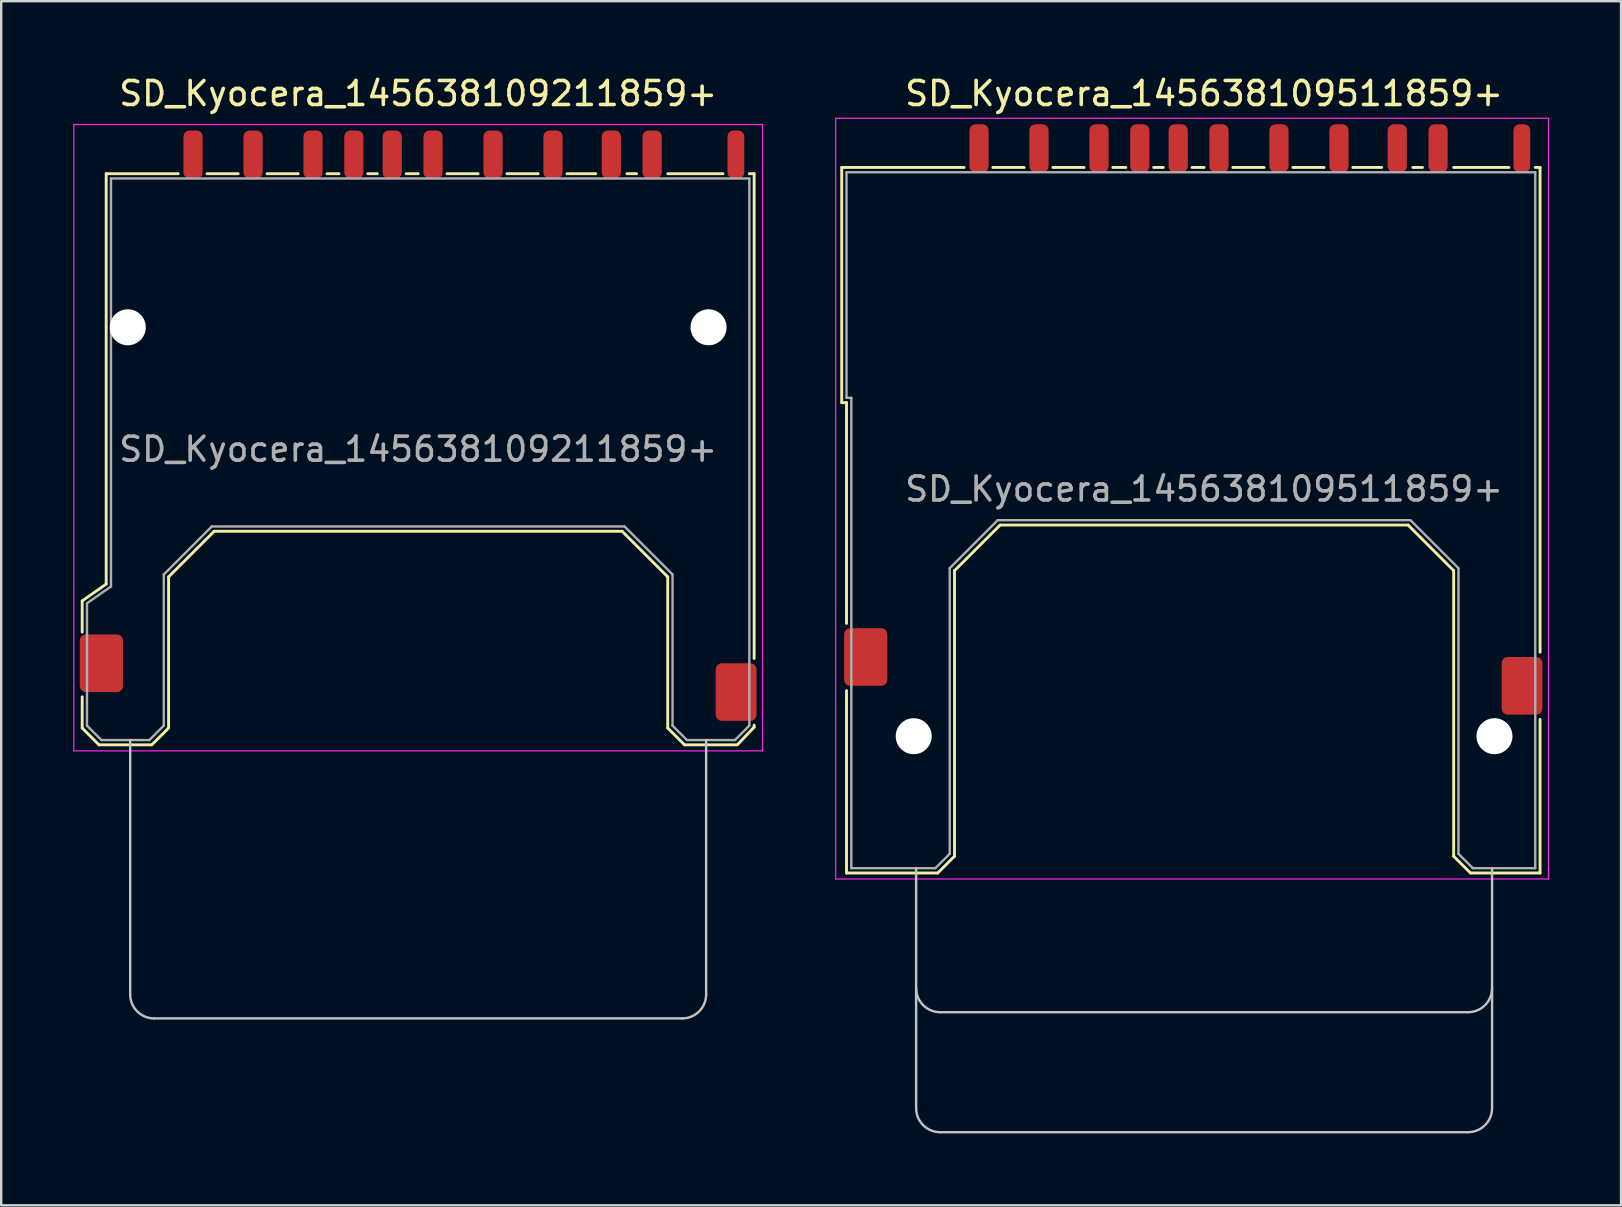
<source format=kicad_pcb>
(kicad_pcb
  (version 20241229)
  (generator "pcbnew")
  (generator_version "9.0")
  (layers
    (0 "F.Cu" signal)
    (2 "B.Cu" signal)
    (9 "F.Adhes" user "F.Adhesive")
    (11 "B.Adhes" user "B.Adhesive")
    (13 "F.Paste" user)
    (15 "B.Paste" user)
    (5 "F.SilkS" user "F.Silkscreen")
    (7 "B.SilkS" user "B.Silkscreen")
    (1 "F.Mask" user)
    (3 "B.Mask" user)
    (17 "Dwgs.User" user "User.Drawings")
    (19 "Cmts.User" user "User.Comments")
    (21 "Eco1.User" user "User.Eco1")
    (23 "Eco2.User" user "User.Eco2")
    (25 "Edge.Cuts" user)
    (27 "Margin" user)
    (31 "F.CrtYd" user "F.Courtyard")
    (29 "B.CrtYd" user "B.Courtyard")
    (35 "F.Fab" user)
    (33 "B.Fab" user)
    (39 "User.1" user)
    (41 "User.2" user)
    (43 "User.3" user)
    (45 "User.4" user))
  (footprint "SD_Kyocera_145638109211859+"
    (layer "F.Cu")
    (at 14.375 15.888)
    (property "Reference" "SD_Kyocera_145638109211859+" (at 0 -15.04 180) (layer "F.SilkS") (effects (font (size 1 1) (thickness 0.15))))
    (attr smd)
    (fp_line (start -14 6.1) (end -14 7.4) (stroke (width 0.12) (type solid)) (layer "F.SilkS"))
    (fp_line (start -14 6.1) (end -13 5.4) (stroke (width 0.12) (type solid)) (layer "F.SilkS"))
    (fp_line (start -14 10.1) (end -14 11.4) (stroke (width 0.12) (type solid)) (layer "F.SilkS"))
    (fp_line (start -13.3 12.1) (end -14 11.4) (stroke (width 0.12) (type solid)) (layer "F.SilkS"))
    (fp_line (start -13.3 12.1) (end -11.1 12.1) (stroke (width 0.12) (type solid)) (layer "F.SilkS"))
    (fp_line (start -13 -11.7) (end -10 -11.7) (stroke (width 0.12) (type solid)) (layer "F.SilkS"))
    (fp_line (start -13 5.4) (end -13 -11.7) (stroke (width 0.12) (type solid)) (layer "F.SilkS"))
    (fp_line (start -10.4 11.4) (end -11.1 12.1) (stroke (width 0.12) (type solid)) (layer "F.SilkS"))
    (fp_line (start -10.4 11.4) (end -10.4 5.1) (stroke (width 0.12) (type solid)) (layer "F.SilkS"))
    (fp_line (start -8.8 -11.7) (end -7.5 -11.7) (stroke (width 0.12) (type solid)) (layer "F.SilkS"))
    (fp_line (start -8.5 3.2) (end -10.4 5.1) (stroke (width 0.12) (type solid)) (layer "F.SilkS"))
    (fp_line (start -6.3 -11.7) (end -5 -11.7) (stroke (width 0.12) (type solid)) (layer "F.SilkS"))
    (fp_line (start -3.8 -11.7) (end -3.3 -11.7) (stroke (width 0.12) (type solid)) (layer "F.SilkS"))
    (fp_line (start -2.1 -11.7) (end -1.7 -11.7) (stroke (width 0.12) (type solid)) (layer "F.SilkS"))
    (fp_line (start -0.5 -11.7) (end 0 -11.7) (stroke (width 0.12) (type solid)) (layer "F.SilkS"))
    (fp_line (start 1.2 -11.7) (end 2.5 -11.7) (stroke (width 0.12) (type solid)) (layer "F.SilkS"))
    (fp_line (start 3.7 -11.7) (end 5 -11.7) (stroke (width 0.12) (type solid)) (layer "F.SilkS"))
    (fp_line (start 6.2 -11.7) (end 7.4 -11.7) (stroke (width 0.12) (type solid)) (layer "F.SilkS"))
    (fp_line (start 8.5 3.2) (end -8.5 3.2) (stroke (width 0.12) (type solid)) (layer "F.SilkS"))
    (fp_line (start 8.5 3.2) (end 10.4 5.1) (stroke (width 0.12) (type solid)) (layer "F.SilkS"))
    (fp_line (start 8.7 -11.7) (end 9.1 -11.7) (stroke (width 0.12) (type solid)) (layer "F.SilkS"))
    (fp_line (start 10.4 -11.7) (end 12.7 -11.7) (stroke (width 0.12) (type solid)) (layer "F.SilkS"))
    (fp_line (start 10.4 11.4) (end 10.4 5.1) (stroke (width 0.12) (type solid)) (layer "F.SilkS"))
    (fp_line (start 10.4 11.4) (end 11.1 12.1) (stroke (width 0.12) (type solid)) (layer "F.SilkS"))
    (fp_line (start 13.26 12.1) (end 11.1 12.1) (stroke (width 0.12) (type solid)) (layer "F.SilkS"))
    (fp_line (start 13.3 12.1) (end 14 11.36) (stroke (width 0.12) (type solid)) (layer "F.SilkS"))
    (fp_line (start 13.8 -11.7) (end 14 -11.7) (stroke (width 0.12) (type solid)) (layer "F.SilkS"))
    (fp_line (start 14 -11.7) (end 14 8.5) (stroke (width 0.12) (type solid)) (layer "F.SilkS"))
    (fp_line (start 14 11.28) (end 14 11.36) (stroke (width 0.12) (type solid)) (layer "F.SilkS"))
    (fp_line (start -12 22.5) (end -12 11.9) (stroke (width 0.1) (type solid)) (layer "Dwgs.User"))
    (fp_line (start 11 23.5) (end -11 23.5) (stroke (width 0.1) (type solid)) (layer "Dwgs.User"))
    (fp_line (start 12 11.9) (end 12 22.5) (stroke (width 0.1) (type solid)) (layer "Dwgs.User"))
    (fp_arc (start -11 23.5) (mid -11.707107 23.207107) (end -12 22.5) (stroke (width 0.1) (type solid)) (layer "Dwgs.User"))
    (fp_arc (start 12 22.5) (mid 11.707107 23.207107) (end 11 23.5) (stroke (width 0.1) (type solid)) (layer "Dwgs.User"))
    (fp_line (start -14.35 -13.75) (end 14.35 -13.75) (stroke (width 0.05) (type solid)) (layer "F.CrtYd"))
    (fp_line (start -14.35 12.35) (end -14.35 -13.75) (stroke (width 0.05) (type solid)) (layer "F.CrtYd"))
    (fp_line (start 14.35 -13.75) (end 14.35 12.35) (stroke (width 0.05) (type solid)) (layer "F.CrtYd"))
    (fp_line (start 14.35 12.35) (end -14.35 12.35) (stroke (width 0.05) (type solid)) (layer "F.CrtYd"))
    (fp_line (start -13.8 6.2) (end -12.8 5.5) (stroke (width 0.1) (type solid)) (layer "F.Fab"))
    (fp_line (start -13.8 11.3) (end -13.8 6.2) (stroke (width 0.1) (type solid)) (layer "F.Fab"))
    (fp_line (start -13.8 11.3) (end -13.2 11.9) (stroke (width 0.1) (type solid)) (layer "F.Fab"))
    (fp_line (start -12.8 -11.5) (end 13.8 -11.5) (stroke (width 0.1) (type solid)) (layer "F.Fab"))
    (fp_line (start -12.8 5.5) (end -12.8 -11.5) (stroke (width 0.1) (type solid)) (layer "F.Fab"))
    (fp_line (start -11.2 11.9) (end -13.2 11.9) (stroke (width 0.1) (type solid)) (layer "F.Fab"))
    (fp_line (start -11.2 11.9) (end -10.6 11.3) (stroke (width 0.1) (type solid)) (layer "F.Fab"))
    (fp_line (start -10.6 5) (end -10.6 11.3) (stroke (width 0.1) (type solid)) (layer "F.Fab"))
    (fp_line (start -10.6 5) (end -8.6 3) (stroke (width 0.1) (type solid)) (layer "F.Fab"))
    (fp_line (start 8.6 3) (end -8.6 3) (stroke (width 0.1) (type solid)) (layer "F.Fab"))
    (fp_line (start 8.6 3) (end 10.6 5) (stroke (width 0.1) (type solid)) (layer "F.Fab"))
    (fp_line (start 10.6 11.3) (end 10.6 5) (stroke (width 0.1) (type solid)) (layer "F.Fab"))
    (fp_line (start 10.6 11.3) (end 11.2 11.9) (stroke (width 0.1) (type solid)) (layer "F.Fab"))
    (fp_line (start 13.2 11.9) (end 11.2 11.9) (stroke (width 0.1) (type solid)) (layer "F.Fab"))
    (fp_line (start 13.2 11.9) (end 13.8 11.3) (stroke (width 0.1) (type solid)) (layer "F.Fab"))
    (fp_line (start 13.8 -11.5) (end 13.8 11.3) (stroke (width 0.1) (type solid)) (layer "F.Fab"))
    (fp_text user "${REFERENCE}" (at 0 -0.22 180) (layer "F.Fab") (effects (font (size 1 1) (thickness 0.15))))
    (pad "" np_thru_hole circle (at -12.1 -5.3 180) (size 1.5 1.5) (drill 1.5) (layers "*.Cu" "*.Mask"))
    (pad "" np_thru_hole circle (at 12.1 -5.3 180) (size 1.5 1.5) (drill 1.5) (layers "*.Cu" "*.Mask"))
    (pad "1" smd roundrect (at -6.88 -12.5) (size 0.8 2) (layers "F.Cu" "F.Mask" "F.Paste") (roundrect_rratio 0.313))
    (pad "2" smd roundrect (at -4.38 -12.5) (size 0.8 2) (layers "F.Cu" "F.Mask" "F.Paste") (roundrect_rratio 0.313))
    (pad "3" smd roundrect (at -1.08 -12.5) (size 0.8 2) (layers "F.Cu" "F.Mask" "F.Paste") (roundrect_rratio 0.313))
    (pad "4" smd roundrect (at 0.62 -12.5) (size 0.8 2) (layers "F.Cu" "F.Mask" "F.Paste") (roundrect_rratio 0.313))
    (pad "5" smd roundrect (at 3.12 -12.5) (size 0.8 2) (layers "F.Cu" "F.Mask" "F.Paste") (roundrect_rratio 0.313))
    (pad "6" smd roundrect (at 5.62 -12.5) (size 0.8 2) (layers "F.Cu" "F.Mask" "F.Paste") (roundrect_rratio 0.313))
    (pad "7" smd roundrect (at 8.05 -12.5) (size 0.8 2) (layers "F.Cu" "F.Mask" "F.Paste") (roundrect_rratio 0.313))
    (pad "8" smd roundrect (at 9.75 -12.5) (size 0.8 2) (layers "F.Cu" "F.Mask" "F.Paste") (roundrect_rratio 0.313))
    (pad "9" smd roundrect (at -9.38 -12.5) (size 0.8 2) (layers "F.Cu" "F.Mask" "F.Paste") (roundrect_rratio 0.313))
    (pad "10" smd roundrect (at -2.68 -12.5) (size 0.8 2) (layers "F.Cu" "F.Mask" "F.Paste") (roundrect_rratio 0.313))
    (pad "11" smd roundrect (at 13.24 -12.5) (size 0.7 2) (layers "F.Cu" "F.Mask" "F.Paste") (roundrect_rratio 0.357))
    (pad "12" smd roundrect (at 13.25 9.9) (size 1.7 2.4) (layers "F.Cu" "F.Mask" "F.Paste") (roundrect_rratio 0.147))
    (pad "13" smd roundrect (at -13.2 8.7) (size 1.8 2.4) (layers "F.Cu" "F.Mask" "F.Paste") (roundrect_rratio 0.139)))
  (footprint "SD_Kyocera_145638109511859+"
    (layer "F.Cu")
    (at 47.125 15.628)
    (property "Reference" "SD_Kyocera_145638109511859+" (at 0 -14.78 180) (layer "F.SilkS") (effects (font (size 1 1) (thickness 0.15))))
    (attr smd)
    (fp_line (start -15.1 -11.7) (end -10 -11.7) (stroke (width 0.12) (type solid)) (layer "F.SilkS"))
    (fp_line (start -15.1 -1.9) (end -15.1 -11.7) (stroke (width 0.12) (type solid)) (layer "F.SilkS"))
    (fp_line (start -14.9 -1.9) (end -15.1 -1.9) (stroke (width 0.12) (type solid)) (layer "F.SilkS"))
    (fp_line (start -14.9 -1.9) (end -14.9 7.3) (stroke (width 0.12) (type solid)) (layer "F.SilkS"))
    (fp_line (start -14.9 10.1) (end -14.9 17.7) (stroke (width 0.12) (type solid)) (layer "F.SilkS"))
    (fp_line (start -14.9 17.7) (end -11.1 17.7) (stroke (width 0.12) (type solid)) (layer "F.SilkS"))
    (fp_line (start -10.4 17) (end -11.1 17.7) (stroke (width 0.12) (type solid)) (layer "F.SilkS"))
    (fp_line (start -10.4 17) (end -10.4 5.1) (stroke (width 0.12) (type solid)) (layer "F.SilkS"))
    (fp_line (start -8.8 -11.7) (end -7.5 -11.7) (stroke (width 0.12) (type solid)) (layer "F.SilkS"))
    (fp_line (start -8.5 3.2) (end -10.4 5.1) (stroke (width 0.12) (type solid)) (layer "F.SilkS"))
    (fp_line (start -6.3 -11.7) (end -5 -11.7) (stroke (width 0.12) (type solid)) (layer "F.SilkS"))
    (fp_line (start -3.8 -11.7) (end -3.26 -11.7) (stroke (width 0.12) (type solid)) (layer "F.SilkS"))
    (fp_line (start -2.1 -11.7) (end -1.7 -11.7) (stroke (width 0.12) (type solid)) (layer "F.SilkS"))
    (fp_line (start -0.5 -11.7) (end 0 -11.7) (stroke (width 0.12) (type solid)) (layer "F.SilkS"))
    (fp_line (start 1.2 -11.7) (end 2.5 -11.7) (stroke (width 0.12) (type solid)) (layer "F.SilkS"))
    (fp_line (start 3.7 -11.7) (end 5 -11.7) (stroke (width 0.12) (type solid)) (layer "F.SilkS"))
    (fp_line (start 6.2 -11.7) (end 7.4 -11.7) (stroke (width 0.12) (type solid)) (layer "F.SilkS"))
    (fp_line (start 8.5 3.2) (end -8.5 3.2) (stroke (width 0.12) (type solid)) (layer "F.SilkS"))
    (fp_line (start 8.5 3.2) (end 10.4 5.1) (stroke (width 0.12) (type solid)) (layer "F.SilkS"))
    (fp_line (start 8.7 -11.7) (end 9.1 -11.7) (stroke (width 0.12) (type solid)) (layer "F.SilkS"))
    (fp_line (start 10.4 -11.7) (end 12.7 -11.7) (stroke (width 0.12) (type solid)) (layer "F.SilkS"))
    (fp_line (start 10.4 17) (end 10.4 5.1) (stroke (width 0.12) (type solid)) (layer "F.SilkS"))
    (fp_line (start 10.4 17) (end 11.1 17.7) (stroke (width 0.12) (type solid)) (layer "F.SilkS"))
    (fp_line (start 13.8 -11.7) (end 14 -11.7) (stroke (width 0.12) (type solid)) (layer "F.SilkS"))
    (fp_line (start 14 -11.7) (end 14 8.5) (stroke (width 0.12) (type solid)) (layer "F.SilkS"))
    (fp_line (start 14 11.3) (end 14 17.7) (stroke (width 0.12) (type solid)) (layer "F.SilkS"))
    (fp_line (start 14 17.7) (end 11.1 17.7) (stroke (width 0.12) (type solid)) (layer "F.SilkS"))
    (fp_line (start -12 27.5) (end -12 17.5) (stroke (width 0.1) (type solid)) (layer "Dwgs.User"))
    (fp_line (start 11 23.5) (end -11 23.5) (stroke (width 0.1) (type solid)) (layer "Dwgs.User"))
    (fp_line (start 11 28.5) (end -11 28.5) (stroke (width 0.1) (type solid)) (layer "Dwgs.User"))
    (fp_line (start 12 17.5) (end 12 27.5) (stroke (width 0.1) (type solid)) (layer "Dwgs.User"))
    (fp_arc (start -11 23.5) (mid -11.707107 23.207107) (end -12 22.5) (stroke (width 0.1) (type solid)) (layer "Dwgs.User"))
    (fp_arc (start -11 28.5) (mid -11.707107 28.207107) (end -12 27.5) (stroke (width 0.1) (type solid)) (layer "Dwgs.User"))
    (fp_arc (start 12 22.5) (mid 11.707107 23.207107) (end 11 23.5) (stroke (width 0.1) (type solid)) (layer "Dwgs.User"))
    (fp_arc (start 12 27.5) (mid 11.707107 28.207107) (end 11 28.5) (stroke (width 0.1) (type solid)) (layer "Dwgs.User"))
    (fp_line (start -15.35 -13.75) (end -15.35 17.95) (stroke (width 0.05) (type solid)) (layer "F.CrtYd"))
    (fp_line (start -15.35 17.95) (end 14.35 17.95) (stroke (width 0.05) (type solid)) (layer "F.CrtYd"))
    (fp_line (start 14.35 -13.75) (end -15.35 -13.75) (stroke (width 0.05) (type solid)) (layer "F.CrtYd"))
    (fp_line (start 14.35 17.95) (end 14.35 -13.75) (stroke (width 0.05) (type solid)) (layer "F.CrtYd"))
    (fp_line (start -14.9 -11.5) (end 13.8 -11.5) (stroke (width 0.1) (type solid)) (layer "F.Fab"))
    (fp_line (start -14.9 -2.1) (end -14.9 -11.5) (stroke (width 0.1) (type solid)) (layer "F.Fab"))
    (fp_line (start -14.7 -2.1) (end -14.9 -2.1) (stroke (width 0.1) (type solid)) (layer "F.Fab"))
    (fp_line (start -14.7 17.5) (end -14.7 -2.1) (stroke (width 0.1) (type solid)) (layer "F.Fab"))
    (fp_line (start -11.2 17.5) (end -14.7 17.5) (stroke (width 0.1) (type solid)) (layer "F.Fab"))
    (fp_line (start -11.2 17.5) (end -10.6 16.9) (stroke (width 0.1) (type solid)) (layer "F.Fab"))
    (fp_line (start -10.6 5) (end -10.6 16.9) (stroke (width 0.1) (type solid)) (layer "F.Fab"))
    (fp_line (start -10.6 5) (end -8.6 3) (stroke (width 0.1) (type solid)) (layer "F.Fab"))
    (fp_line (start 8.6 3) (end -8.6 3) (stroke (width 0.1) (type solid)) (layer "F.Fab"))
    (fp_line (start 8.6 3) (end 10.6 5) (stroke (width 0.1) (type solid)) (layer "F.Fab"))
    (fp_line (start 10.6 16.9) (end 10.6 5) (stroke (width 0.1) (type solid)) (layer "F.Fab"))
    (fp_line (start 10.6 16.9) (end 11.2 17.5) (stroke (width 0.1) (type solid)) (layer "F.Fab"))
    (fp_line (start 13.8 -11.5) (end 13.8 17.5) (stroke (width 0.1) (type solid)) (layer "F.Fab"))
    (fp_line (start 13.8 17.5) (end 11.2 17.5) (stroke (width 0.1) (type solid)) (layer "F.Fab"))
    (fp_text user "${REFERENCE}" (at 0 1.7 180) (layer "F.Fab") (effects (font (size 1 1) (thickness 0.15))))
    (pad "" np_thru_hole circle (at -12.1 12 180) (size 1.5 1.5) (drill 1.5) (layers "*.Cu" "*.Mask"))
    (pad "" np_thru_hole circle (at 12.1 12 180) (size 1.5 1.5) (drill 1.5) (layers "*.Cu" "*.Mask"))
    (pad "1" smd roundrect (at -6.88 -12.5) (size 0.8 2) (layers "F.Cu" "F.Mask" "F.Paste") (roundrect_rratio 0.313))
    (pad "2" smd roundrect (at -4.38 -12.5) (size 0.8 2) (layers "F.Cu" "F.Mask" "F.Paste") (roundrect_rratio 0.313))
    (pad "3" smd roundrect (at -1.08 -12.5) (size 0.8 2) (layers "F.Cu" "F.Mask" "F.Paste") (roundrect_rratio 0.313))
    (pad "4" smd roundrect (at 0.62 -12.5) (size 0.8 2) (layers "F.Cu" "F.Mask" "F.Paste") (roundrect_rratio 0.313))
    (pad "5" smd roundrect (at 3.12 -12.5) (size 0.8 2) (layers "F.Cu" "F.Mask" "F.Paste") (roundrect_rratio 0.313))
    (pad "6" smd roundrect (at 5.62 -12.5) (size 0.8 2) (layers "F.Cu" "F.Mask" "F.Paste") (roundrect_rratio 0.313))
    (pad "7" smd roundrect (at 8.05 -12.5) (size 0.8 2) (layers "F.Cu" "F.Mask" "F.Paste") (roundrect_rratio 0.313))
    (pad "8" smd roundrect (at 9.75 -12.5) (size 0.8 2) (layers "F.Cu" "F.Mask" "F.Paste") (roundrect_rratio 0.313))
    (pad "9" smd roundrect (at -9.38 -12.5) (size 0.8 2) (layers "F.Cu" "F.Mask" "F.Paste") (roundrect_rratio 0.313))
    (pad "10" smd roundrect (at -2.68 -12.5) (size 0.8 2) (layers "F.Cu" "F.Mask" "F.Paste") (roundrect_rratio 0.313))
    (pad "11" smd roundrect (at 13.24 -12.5) (size 0.7 2) (layers "F.Cu" "F.Mask" "F.Paste") (roundrect_rratio 0.357))
    (pad "12" smd roundrect (at 13.25 9.9) (size 1.7 2.4) (layers "F.Cu" "F.Mask" "F.Paste") (roundrect_rratio 0.147))
    (pad "13" smd roundrect (at -14.1 8.7) (size 1.8 2.4) (layers "F.Cu" "F.Mask" "F.Paste") (roundrect_rratio 0.139)))
  (gr_rect
    (start -3 -3)
    (end 64.5 47.178)
    (stroke (width 0.1) (type default))
    (fill no)
    (layer "Edge.Cuts")))
</source>
